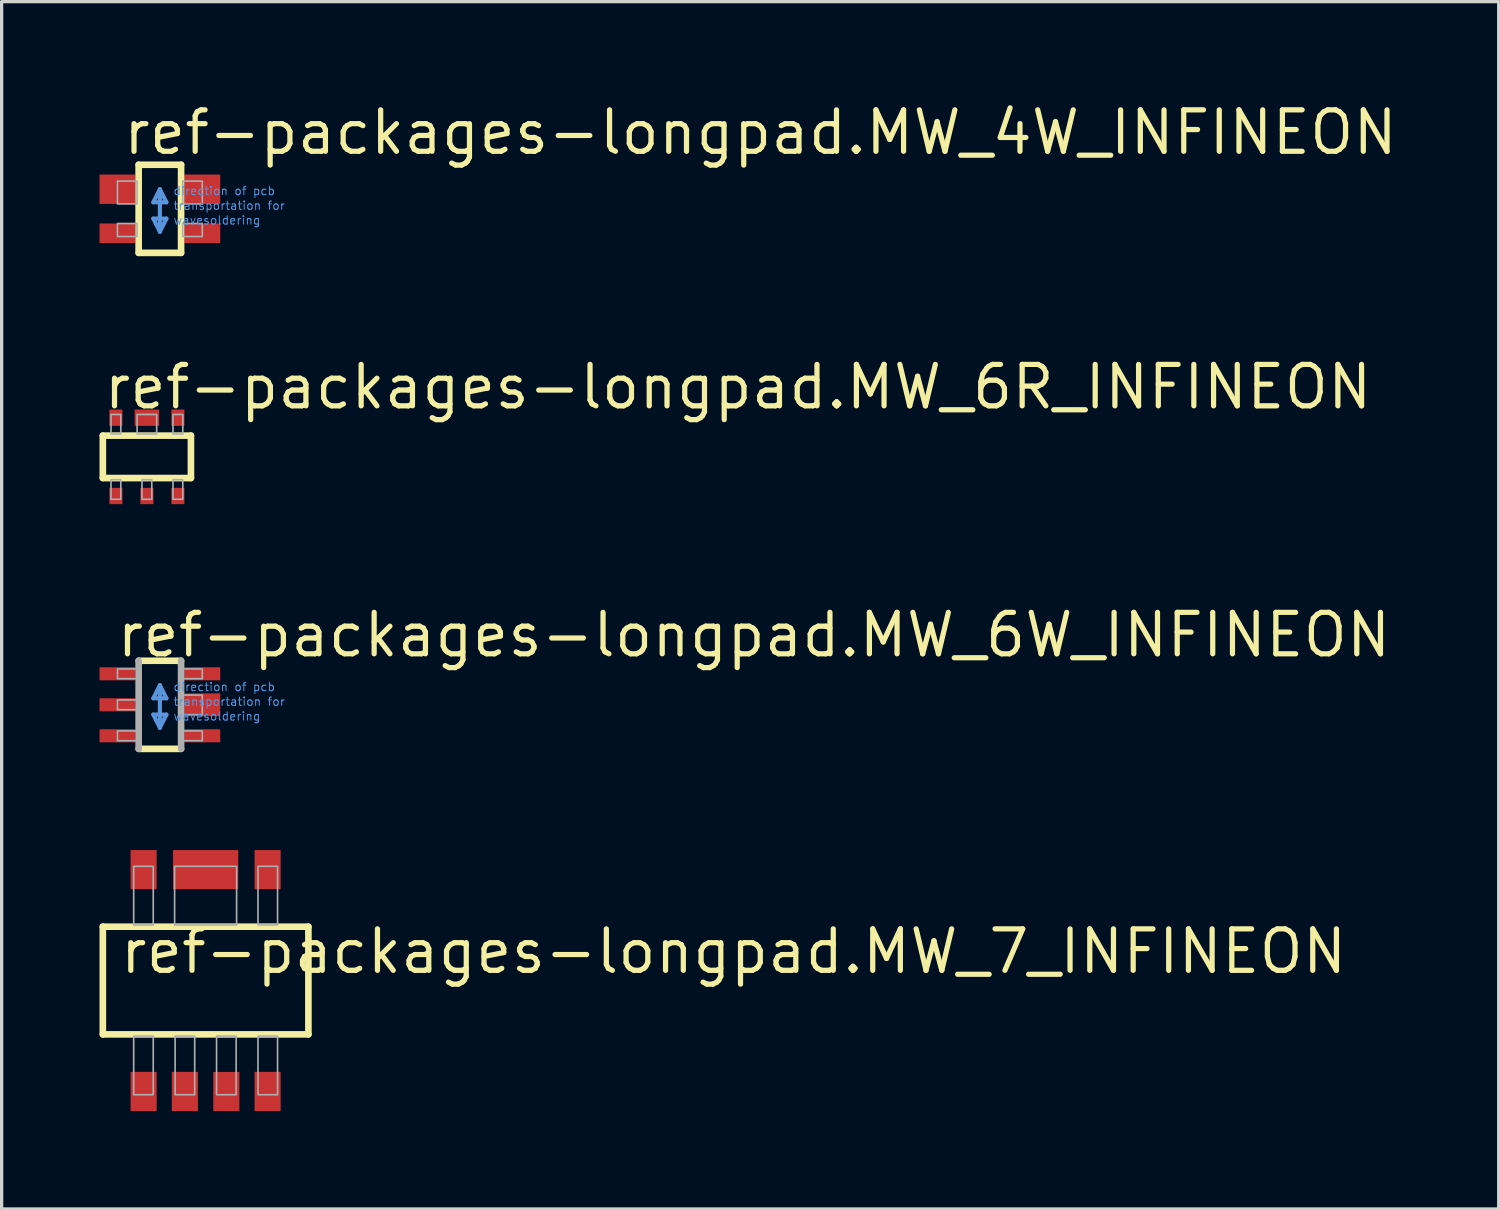
<source format=kicad_pcb>
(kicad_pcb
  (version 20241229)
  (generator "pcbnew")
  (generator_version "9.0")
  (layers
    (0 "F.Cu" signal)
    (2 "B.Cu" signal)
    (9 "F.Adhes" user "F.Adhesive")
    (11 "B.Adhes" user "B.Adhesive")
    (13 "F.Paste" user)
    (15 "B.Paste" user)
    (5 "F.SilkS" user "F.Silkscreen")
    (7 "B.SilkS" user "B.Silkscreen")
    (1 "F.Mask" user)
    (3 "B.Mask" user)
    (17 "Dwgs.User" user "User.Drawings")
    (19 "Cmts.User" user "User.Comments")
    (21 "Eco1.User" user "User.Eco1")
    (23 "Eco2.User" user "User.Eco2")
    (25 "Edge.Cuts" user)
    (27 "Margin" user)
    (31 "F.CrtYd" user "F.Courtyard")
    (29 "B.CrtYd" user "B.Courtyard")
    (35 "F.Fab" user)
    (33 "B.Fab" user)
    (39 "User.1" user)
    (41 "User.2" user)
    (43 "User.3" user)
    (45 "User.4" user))
  (footprint "ref-packages-longpad.MW_6R_INFINEON"
    (layer "F.Cu")
    (at 1.452 10.952)
    (property "Reference" "ref-packages-longpad.MW_6R_INFINEON" (at -1.4 -1.4 0) (layer "F.SilkS") (effects (font (size 1.27 1.27) (thickness 0.16)) (justify left bottom)))
    (attr smd)
    (fp_line (start -1.35 -0.65) (end -1.35 0.65) (stroke (width 0.203) (type default)) (layer "F.SilkS"))
    (fp_line (start -1.35 0.65) (end 1.35 0.65) (stroke (width 0.203) (type default)) (layer "F.SilkS"))
    (fp_line (start 1.35 -0.65) (end -1.35 -0.65) (stroke (width 0.203) (type default)) (layer "F.SilkS"))
    (fp_line (start 1.35 0.65) (end 1.35 -0.65) (stroke (width 0.203) (type default)) (layer "F.SilkS"))
    (fp_rect (start -1.1 -0.7) (end -0.8 -1.3) (stroke (width 0.05) (type default)) (fill no) (layer "F.Fab"))
    (fp_rect (start -1.1 1.3) (end -0.8 0.7) (stroke (width 0.05) (type default)) (fill no) (layer "F.Fab"))
    (fp_rect (start -0.3 -0.7) (end 0.3 -1.3) (stroke (width 0.05) (type default)) (fill no) (layer "F.Fab"))
    (fp_rect (start -0.15 1.3) (end 0.15 0.7) (stroke (width 0.05) (type default)) (fill no) (layer "F.Fab"))
    (fp_rect (start 0.8 -0.7) (end 1.1 -1.3) (stroke (width 0.05) (type default)) (fill no) (layer "F.Fab"))
    (fp_rect (start 0.8 1.3) (end 1.1 0.7) (stroke (width 0.05) (type default)) (fill no) (layer "F.Fab"))
    (pad "1" smd roundrect (at -0.95 1.2) (size 0.4 0.5) (layers "F.Cu" "F.Mask" "F.Paste") (roundrect_rratio 0.01))
    (pad "2" smd roundrect (at 0 1.2) (size 0.4 0.5) (layers "F.Cu" "F.Mask" "F.Paste") (roundrect_rratio 0.01))
    (pad "3" smd roundrect (at 0.95 1.2) (size 0.4 0.5) (layers "F.Cu" "F.Mask" "F.Paste") (roundrect_rratio 0.01))
    (pad "4" smd roundrect (at 0.95 -1.2) (size 0.4 0.5) (layers "F.Cu" "F.Mask" "F.Paste") (roundrect_rratio 0.01))
    (pad "5" smd roundrect (at 0 -1.2) (size 0.75 0.5) (layers "F.Cu" "F.Mask" "F.Paste") (roundrect_rratio 0.01))
    (pad "6" smd roundrect (at -0.95 -1.2) (size 0.4 0.5) (layers "F.Cu" "F.Mask" "F.Paste") (roundrect_rratio 0.01)))
  (footprint "ref-packages-longpad.MW_6W_INFINEON"
    (layer "F.Cu")
    (at 1.85 18.552)
    (property "Reference" "ref-packages-longpad.MW_6W_INFINEON" (at -1.4 -1.4 0) (layer "F.SilkS") (effects (font (size 1.27 1.27) (thickness 0.16)) (justify left bottom)))
    (attr smd)
    (fp_line (start -0.65 1.35) (end 0.65 1.35) (stroke (width 0.203) (type default)) (layer "F.SilkS"))
    (fp_line (start 0.65 -1.35) (end -0.65 -1.35) (stroke (width 0.203) (type default)) (layer "F.SilkS"))
    (fp_line (start -0.2 -0.2) (end 0.2 -0.2) (stroke (width 0.127) (type default)) (layer "Cmts.User"))
    (fp_line (start -0.2 0.3) (end 0 0.7) (stroke (width 0.127) (type default)) (layer "Cmts.User"))
    (fp_line (start 0 -0.6) (end -0.2 -0.2) (stroke (width 0.127) (type default)) (layer "Cmts.User"))
    (fp_line (start 0 0.7) (end 0 -0.6) (stroke (width 0.127) (type default)) (layer "Cmts.User"))
    (fp_line (start 0 0.7) (end 0.2 0.3) (stroke (width 0.127) (type default)) (layer "Cmts.User"))
    (fp_line (start 0.2 -0.2) (end 0 -0.6) (stroke (width 0.127) (type default)) (layer "Cmts.User"))
    (fp_line (start 0.2 0.3) (end -0.2 0.3) (stroke (width 0.127) (type default)) (layer "Cmts.User"))
    (fp_line (start -0.65 -1.35) (end -0.65 1.35) (stroke (width 0.203) (type default)) (layer "F.Fab"))
    (fp_line (start 0.65 1.35) (end 0.65 -1.35) (stroke (width 0.203) (type default)) (layer "F.Fab"))
    (fp_rect (start -1.3 -0.8) (end -0.7 -1.1) (stroke (width 0.05) (type default)) (fill no) (layer "F.Fab"))
    (fp_rect (start -1.3 0.15) (end -0.7 -0.15) (stroke (width 0.05) (type default)) (fill no) (layer "F.Fab"))
    (fp_rect (start -1.3 1.1) (end -0.7 0.8) (stroke (width 0.05) (type default)) (fill no) (layer "F.Fab"))
    (fp_rect (start 0.7 -0.8) (end 1.3 -1.1) (stroke (width 0.05) (type default)) (fill no) (layer "F.Fab"))
    (fp_rect (start 0.7 0.3) (end 1.3 -0.3) (stroke (width 0.05) (type default)) (fill no) (layer "F.Fab"))
    (fp_rect (start 0.7 1.1) (end 1.3 0.8) (stroke (width 0.05) (type default)) (fill no) (layer "F.Fab"))
    (fp_text user "direction of pcb" (at 0.4 -0.4 0) (layer "Cmts.User") (effects (font (size 0.254 0.254) (thickness 0.03)) (justify left bottom)))
    (fp_text user "wavesoldering" (at 0.4 0.5 0) (layer "Cmts.User") (effects (font (size 0.254 0.254) (thickness 0.03)) (justify left bottom)))
    (fp_text user "transportation for" (at 0.4 0.05 0) (layer "Cmts.User") (effects (font (size 0.254 0.254) (thickness 0.03)) (justify left bottom)))
    (pad "1" smd roundrect (at -1.3 -0.95) (size 1.1 0.4) (layers "F.Cu" "F.Mask" "F.Paste") (roundrect_rratio 0.01))
    (pad "2" smd roundrect (at -1.3 0) (size 1.1 0.4) (layers "F.Cu" "F.Mask" "F.Paste") (roundrect_rratio 0.01))
    (pad "3" smd roundrect (at -1.3 0.95) (size 1.1 0.4) (layers "F.Cu" "F.Mask" "F.Paste") (roundrect_rratio 0.01))
    (pad "4" smd roundrect (at 1.3 0.95) (size 1.1 0.4) (layers "F.Cu" "F.Mask" "F.Paste") (roundrect_rratio 0.01))
    (pad "5" smd roundrect (at 1.3 0) (size 1.1 0.7) (layers "F.Cu" "F.Mask" "F.Paste") (roundrect_rratio 0.01))
    (pad "6" smd roundrect (at 1.3 -0.95) (size 1.1 0.4) (layers "F.Cu" "F.Mask" "F.Paste") (roundrect_rratio 0.01)))
  (footprint "ref-packages-longpad.MW_7_INFINEON"
    (layer "F.Cu")
    (at 3.252 27.003)
    (property "Reference" "ref-packages-longpad.MW_7_INFINEON" (at -2.7 -0.15 0) (layer "F.SilkS") (effects (font (size 1.27 1.27) (thickness 0.16)) (justify left bottom)))
    (attr smd)
    (fp_line (start -3.15 -1.65) (end -3.15 1.65) (stroke (width 0.203) (type default)) (layer "F.SilkS"))
    (fp_line (start -3.15 1.65) (end 3.15 1.65) (stroke (width 0.203) (type default)) (layer "F.SilkS"))
    (fp_line (start 3.15 -1.65) (end -3.15 -1.65) (stroke (width 0.203) (type default)) (layer "F.SilkS"))
    (fp_line (start 3.15 1.65) (end 3.15 -1.65) (stroke (width 0.203) (type default)) (layer "F.SilkS"))
    (fp_rect (start -2.205 -1.7) (end -1.605 -3.5) (stroke (width 0.05) (type default)) (fill no) (layer "F.Fab"))
    (fp_rect (start -2.205 3.5) (end -1.605 1.7) (stroke (width 0.05) (type default)) (fill no) (layer "F.Fab"))
    (fp_rect (start -0.95 -1.7) (end 0.95 -3.5) (stroke (width 0.05) (type default)) (fill no) (layer "F.Fab"))
    (fp_rect (start -0.935 3.5) (end -0.335 1.7) (stroke (width 0.05) (type default)) (fill no) (layer "F.Fab"))
    (fp_rect (start 0.335 3.5) (end 0.935 1.7) (stroke (width 0.05) (type default)) (fill no) (layer "F.Fab"))
    (fp_rect (start 1.605 -1.7) (end 2.205 -3.5) (stroke (width 0.05) (type default)) (fill no) (layer "F.Fab"))
    (fp_rect (start 1.605 3.5) (end 2.205 1.7) (stroke (width 0.05) (type default)) (fill no) (layer "F.Fab"))
    (pad "1" smd roundrect (at -1.9 3.4) (size 0.8 1.2) (layers "F.Cu" "F.Mask" "F.Paste") (roundrect_rratio 0.01))
    (pad "2" smd roundrect (at -0.636 3.4) (size 0.8 1.2) (layers "F.Cu" "F.Mask" "F.Paste") (roundrect_rratio 0.01))
    (pad "3" smd roundrect (at 0.635 3.401) (size 0.8 1.2) (layers "F.Cu" "F.Mask" "F.Paste") (roundrect_rratio 0.01))
    (pad "4" smd roundrect (at 1.9 3.4) (size 0.8 1.2) (layers "F.Cu" "F.Mask" "F.Paste") (roundrect_rratio 0.01))
    (pad "5" smd roundrect (at 1.9 -3.4) (size 0.8 1.2) (layers "F.Cu" "F.Mask" "F.Paste") (roundrect_rratio 0.01))
    (pad "6" smd roundrect (at 0 -3.4) (size 2 1.2) (layers "F.Cu" "F.Mask" "F.Paste") (roundrect_rratio 0.01))
    (pad "7" smd roundrect (at -1.9 -3.4) (size 0.8 1.2) (layers "F.Cu" "F.Mask" "F.Paste") (roundrect_rratio 0.01)))
  (footprint "ref-packages-longpad.MW_4W_INFINEON"
    (layer "F.Cu")
    (at 1.85 3.35)
    (property "Reference" "ref-packages-longpad.MW_4W_INFINEON" (at -1.2 -1.6 0) (layer "F.SilkS") (effects (font (size 1.27 1.27) (thickness 0.16)) (justify left bottom)))
    (attr smd)
    (fp_line (start -0.65 -1.35) (end -0.65 1.35) (stroke (width 0.203) (type default)) (layer "F.SilkS"))
    (fp_line (start -0.65 1.35) (end 0.65 1.35) (stroke (width 0.203) (type default)) (layer "F.SilkS"))
    (fp_line (start 0.65 -1.35) (end -0.65 -1.35) (stroke (width 0.203) (type default)) (layer "F.SilkS"))
    (fp_line (start 0.65 1.35) (end 0.65 -1.35) (stroke (width 0.203) (type default)) (layer "F.SilkS"))
    (fp_line (start -0.2 -0.2) (end 0.2 -0.2) (stroke (width 0.127) (type default)) (layer "Cmts.User"))
    (fp_line (start -0.2 0.3) (end 0 0.7) (stroke (width 0.127) (type default)) (layer "Cmts.User"))
    (fp_line (start 0 -0.6) (end -0.2 -0.2) (stroke (width 0.127) (type default)) (layer "Cmts.User"))
    (fp_line (start 0 0.7) (end 0 -0.6) (stroke (width 0.127) (type default)) (layer "Cmts.User"))
    (fp_line (start 0 0.7) (end 0.2 0.3) (stroke (width 0.127) (type default)) (layer "Cmts.User"))
    (fp_line (start 0.2 -0.2) (end 0 -0.6) (stroke (width 0.127) (type default)) (layer "Cmts.User"))
    (fp_line (start 0.2 0.3) (end -0.2 0.3) (stroke (width 0.127) (type default)) (layer "Cmts.User"))
    (fp_rect (start -1.3 -0.15) (end -0.7 -0.85) (stroke (width 0.05) (type default)) (fill no) (layer "F.Fab"))
    (fp_rect (start -1.3 0.85) (end -0.7 0.45) (stroke (width 0.05) (type default)) (fill no) (layer "F.Fab"))
    (fp_rect (start 0.7 -0.15) (end 1.3 -0.85) (stroke (width 0.05) (type default)) (fill no) (layer "F.Fab"))
    (fp_rect (start 0.7 0.85) (end 1.3 0.45) (stroke (width 0.05) (type default)) (fill no) (layer "F.Fab"))
    (fp_text user "direction of pcb" (at 0.4 -0.4 0) (layer "Cmts.User") (effects (font (size 0.254 0.254) (thickness 0.03)) (justify left bottom)))
    (fp_text user "transportation for" (at 0.4 0.05 0) (layer "Cmts.User") (effects (font (size 0.254 0.254) (thickness 0.03)) (justify left bottom)))
    (fp_text user "wavesoldering" (at 0.4 0.5 0) (layer "Cmts.User") (effects (font (size 0.254 0.254) (thickness 0.03)) (justify left bottom)))
    (pad "1" smd roundrect (at -1.3 -0.6) (size 1.1 0.9) (layers "F.Cu" "F.Mask" "F.Paste") (roundrect_rratio 0.01))
    (pad "2" smd roundrect (at -1.3 0.75) (size 1.1 0.6) (layers "F.Cu" "F.Mask" "F.Paste") (roundrect_rratio 0.01))
    (pad "3" smd roundrect (at 1.3 0.75) (size 1.1 0.6) (layers "F.Cu" "F.Mask" "F.Paste") (roundrect_rratio 0.01))
    (pad "4" smd roundrect (at 1.3 -0.6) (size 1.1 0.9) (layers "F.Cu" "F.Mask" "F.Paste") (roundrect_rratio 0.01)))
  (gr_rect
    (start -3 -3)
    (end 42.883 34.004)
    (stroke (width 0.1) (type default))
    (fill no)
    (layer "Edge.Cuts")))
</source>
